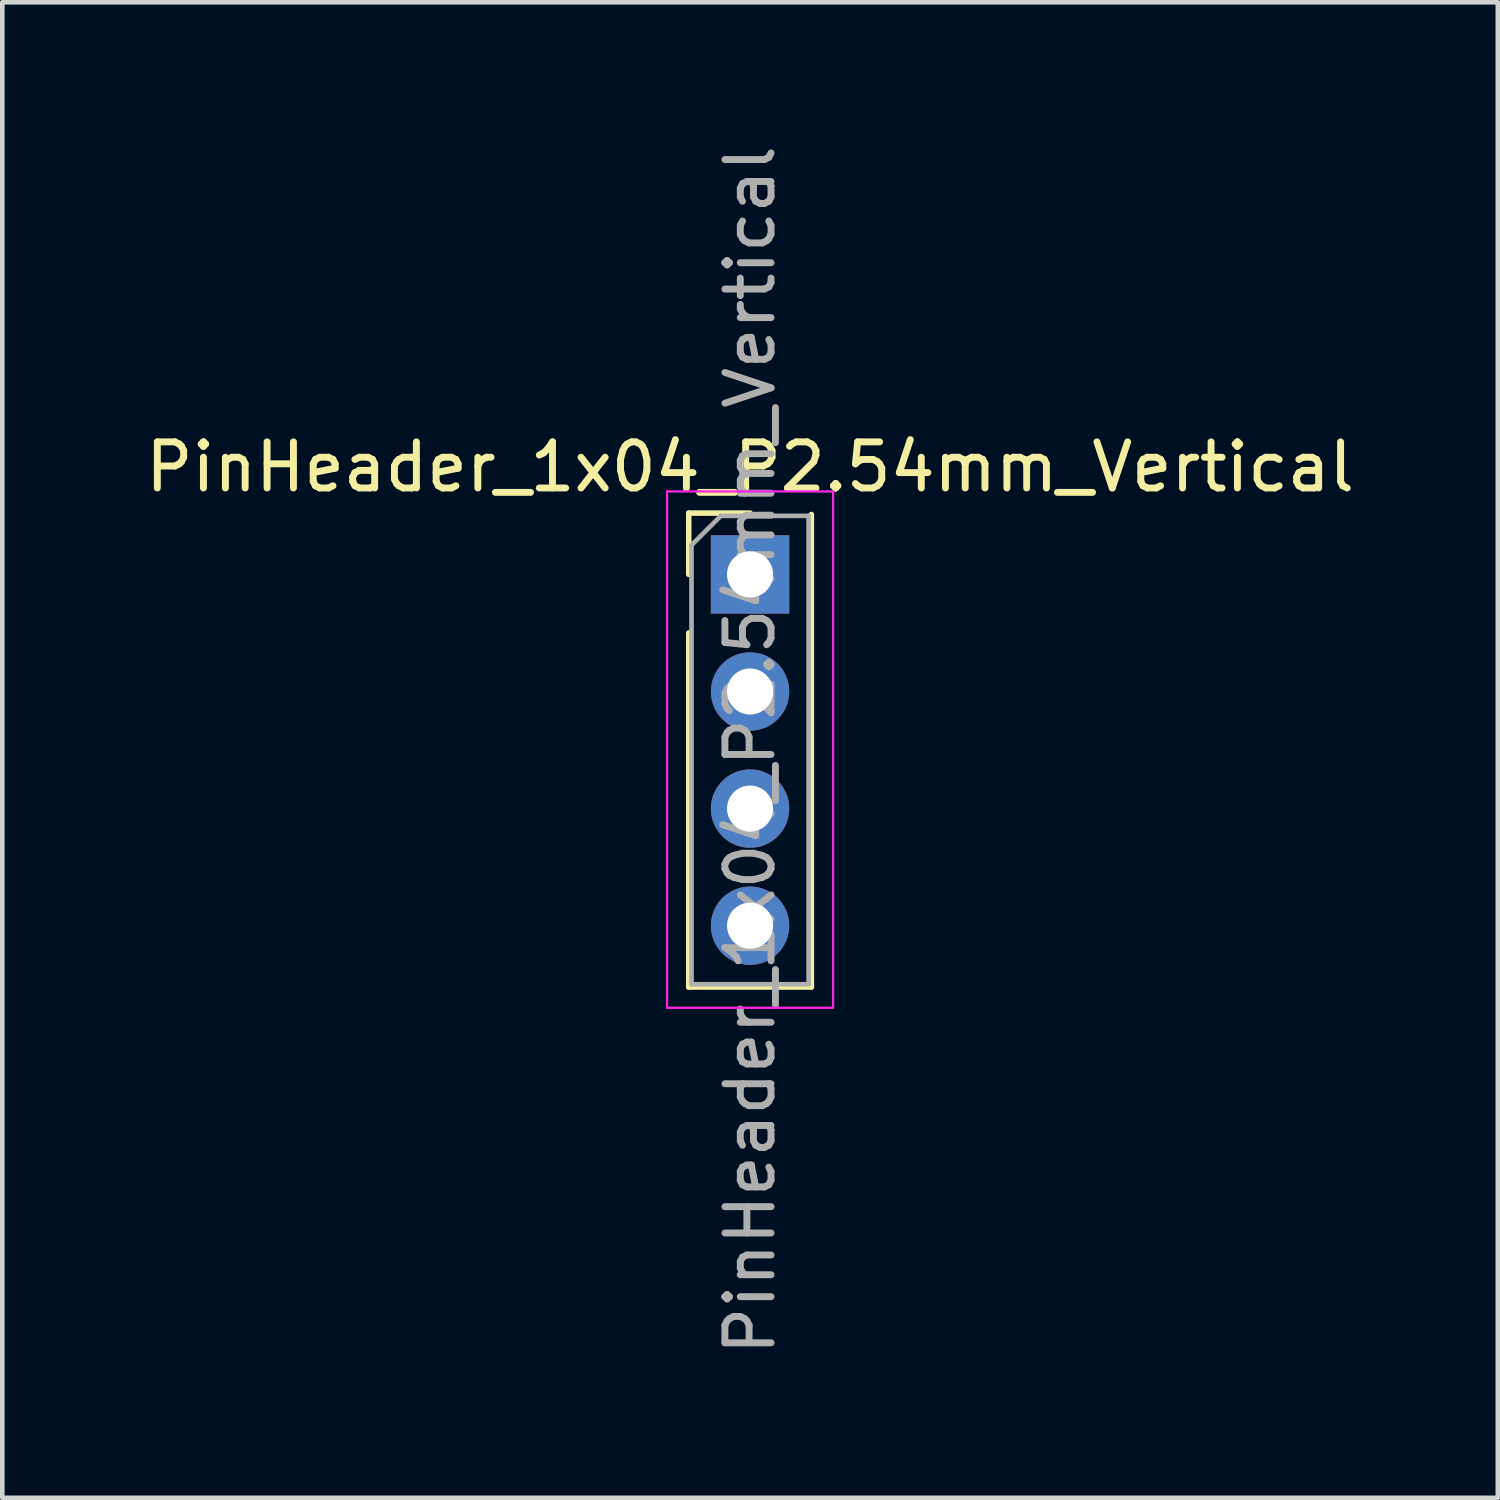
<source format=kicad_pcb>
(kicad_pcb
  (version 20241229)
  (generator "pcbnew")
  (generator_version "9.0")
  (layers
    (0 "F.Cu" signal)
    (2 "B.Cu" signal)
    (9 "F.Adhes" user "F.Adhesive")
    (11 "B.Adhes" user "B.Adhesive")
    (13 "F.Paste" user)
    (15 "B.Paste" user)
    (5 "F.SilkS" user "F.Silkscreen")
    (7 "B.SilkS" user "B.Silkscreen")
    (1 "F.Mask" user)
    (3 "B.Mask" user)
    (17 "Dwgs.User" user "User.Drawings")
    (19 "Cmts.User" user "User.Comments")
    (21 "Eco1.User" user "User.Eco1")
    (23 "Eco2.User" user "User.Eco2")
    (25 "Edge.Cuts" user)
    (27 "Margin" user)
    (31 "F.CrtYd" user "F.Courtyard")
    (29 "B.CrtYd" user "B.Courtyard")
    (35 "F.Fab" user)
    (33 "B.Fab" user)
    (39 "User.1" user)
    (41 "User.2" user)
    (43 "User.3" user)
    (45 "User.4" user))
  (footprint "PinHeader_1x04_P2.54mm_Vertical"
    (layer "F.Cu")
    (at 13.22 9.41)
    (property "Reference" "PinHeader_1x04_P2.54mm_Vertical" (at 0 -2.33 0) (layer "F.SilkS") (effects (font (size 1 1) (thickness 0.15))))
    (attr through_hole)
    (fp_line (start -1.33 -1.33) (end 0 -1.33) (stroke (width 0.12) (type solid)) (layer "F.SilkS"))
    (fp_line (start -1.33 0) (end -1.33 -1.33) (stroke (width 0.12) (type solid)) (layer "F.SilkS"))
    (fp_line (start -1.33 1.27) (end -1.33 8.95) (stroke (width 0.12) (type solid)) (layer "F.SilkS"))
    (fp_line (start -1.33 8.95) (end 1.33 8.95) (stroke (width 0.12) (type solid)) (layer "F.SilkS"))
    (fp_line (start 1.33 -1.3) (end 1.33 8.95) (stroke (width 0.12) (type solid)) (layer "F.SilkS"))
    (fp_line (start -1.8 -1.8) (end -1.8 9.4) (stroke (width 0.05) (type solid)) (layer "F.CrtYd"))
    (fp_line (start -1.8 9.4) (end 1.8 9.4) (stroke (width 0.05) (type solid)) (layer "F.CrtYd"))
    (fp_line (start 1.8 -1.8) (end -1.8 -1.8) (stroke (width 0.05) (type solid)) (layer "F.CrtYd"))
    (fp_line (start 1.8 9.4) (end 1.8 -1.8) (stroke (width 0.05) (type solid)) (layer "F.CrtYd"))
    (fp_line (start -1.27 -0.635) (end -0.635 -1.27) (stroke (width 0.1) (type solid)) (layer "F.Fab"))
    (fp_line (start -1.27 8.89) (end -1.27 -0.635) (stroke (width 0.1) (type solid)) (layer "F.Fab"))
    (fp_line (start -0.635 -1.27) (end 1.27 -1.27) (stroke (width 0.1) (type solid)) (layer "F.Fab"))
    (fp_line (start 1.27 -1.27) (end 1.27 8.89) (stroke (width 0.1) (type solid)) (layer "F.Fab"))
    (fp_line (start 1.27 8.89) (end -1.27 8.89) (stroke (width 0.1) (type solid)) (layer "F.Fab"))
    (fp_text user "${REFERENCE}" (at 0 3.81 90) (layer "F.Fab") (effects (font (size 1 1) (thickness 0.15))))
    (pad "1" thru_hole rect (at 0 0) (size 1.7 1.7) (drill 1) (layers "*.Cu" "*.Mask"))
    (pad "2" thru_hole oval (at 0 2.54) (size 1.7 1.7) (drill 1) (layers "*.Cu" "*.Mask"))
    (pad "3" thru_hole oval (at 0 5.08) (size 1.7 1.7) (drill 1) (layers "*.Cu" "*.Mask"))
    (pad "4" thru_hole oval (at 0 7.62) (size 1.7 1.7) (drill 1) (layers "*.Cu" "*.Mask")))
  (gr_rect
    (start -3 -3)
    (end 29.44 29.44)
    (stroke (width 0.1) (type default))
    (fill no)
    (layer "Edge.Cuts")))
</source>
